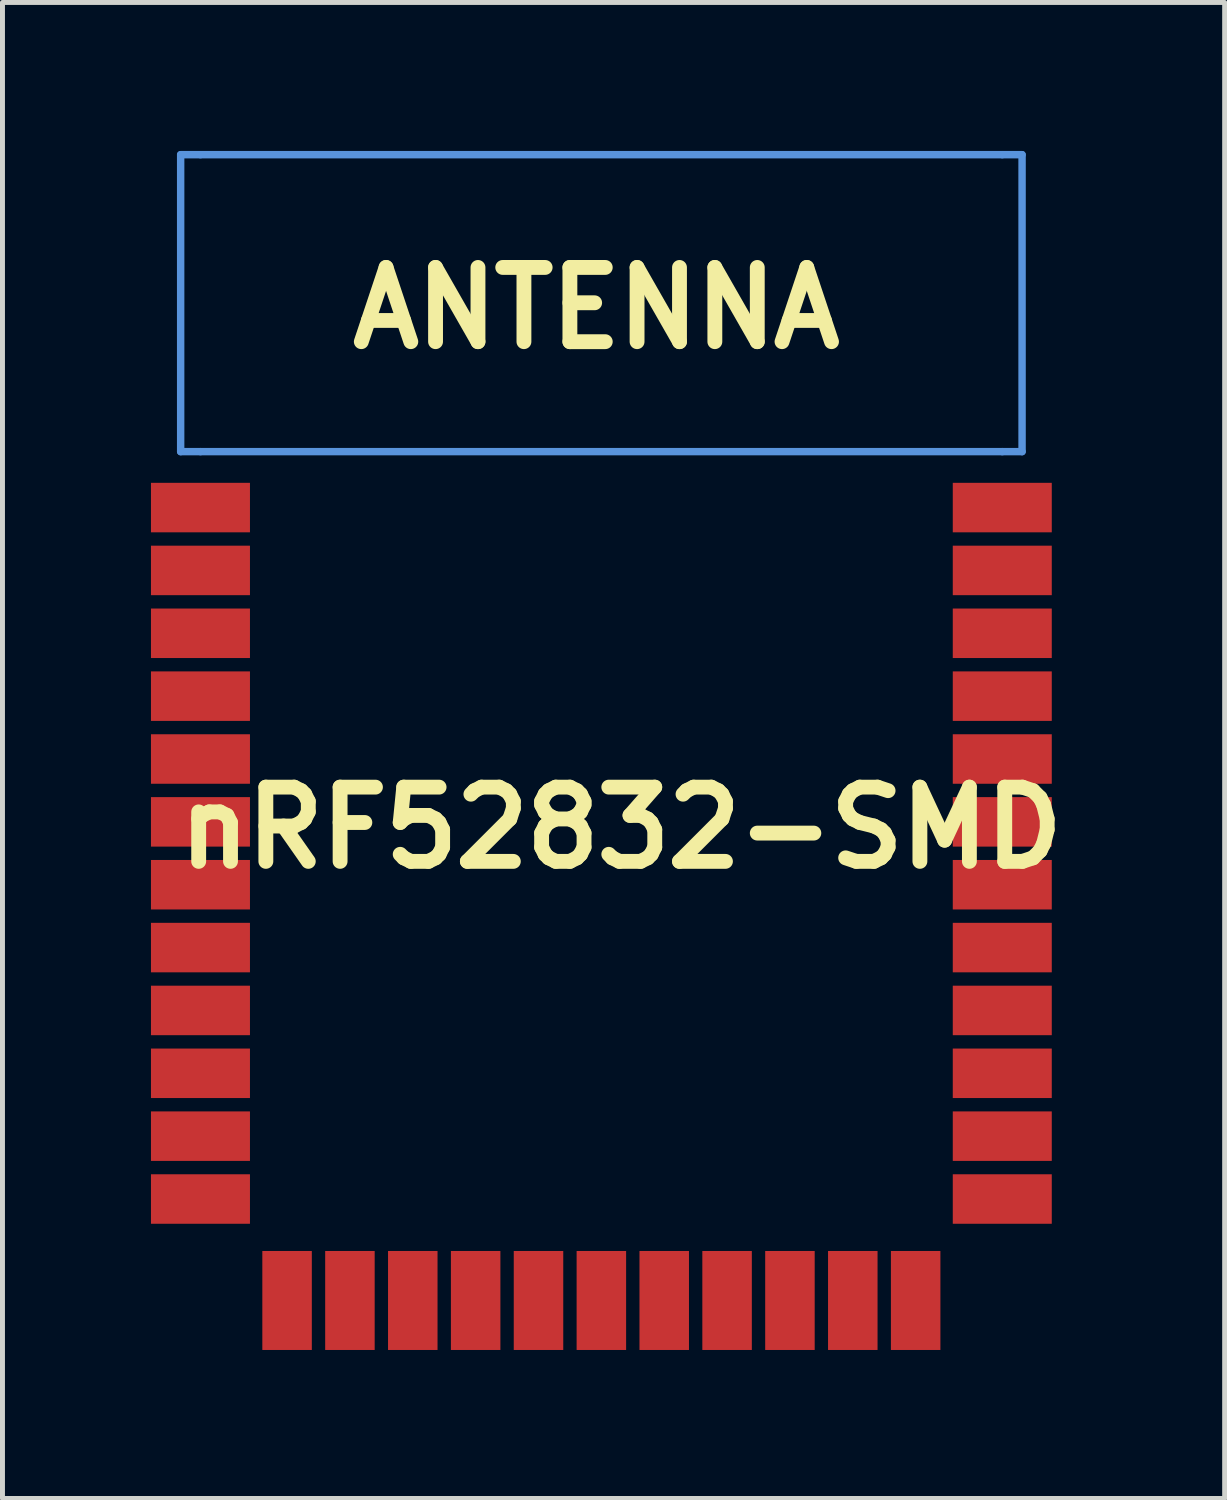
<source format=kicad_pcb>
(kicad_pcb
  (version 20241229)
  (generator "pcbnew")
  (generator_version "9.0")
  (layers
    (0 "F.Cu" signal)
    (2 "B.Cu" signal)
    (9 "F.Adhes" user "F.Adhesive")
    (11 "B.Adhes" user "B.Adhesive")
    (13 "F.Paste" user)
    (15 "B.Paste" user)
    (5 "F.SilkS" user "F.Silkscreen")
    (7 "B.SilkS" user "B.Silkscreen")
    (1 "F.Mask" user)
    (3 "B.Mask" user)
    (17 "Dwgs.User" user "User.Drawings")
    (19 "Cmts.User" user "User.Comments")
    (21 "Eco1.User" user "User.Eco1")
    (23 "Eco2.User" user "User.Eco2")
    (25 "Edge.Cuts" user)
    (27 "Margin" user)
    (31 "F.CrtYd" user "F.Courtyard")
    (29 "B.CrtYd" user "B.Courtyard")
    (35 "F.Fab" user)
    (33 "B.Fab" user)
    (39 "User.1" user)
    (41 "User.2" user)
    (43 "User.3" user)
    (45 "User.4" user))
  (footprint "nRF52832-SMD"
    (layer "F.Cu")
    (at 1 21.175)
    (property "Reference" "nRF52832-SMD" (at 8.5 -7.5 0) (layer "F.SilkS") (effects (font (size 1.5 1.5) (thickness 0.3))))
    (attr through_hole)
    (fp_line (start -0.4 -21.1) (end -0.4 -15.1) (stroke (width 0.15) (type solid)) (layer "Cmts.User"))
    (fp_line (start -0.4 -15.1) (end 0 -15.1) (stroke (width 0.15) (type solid)) (layer "Cmts.User"))
    (fp_line (start 0 -21.1) (end -0.4 -21.1) (stroke (width 0.15) (type solid)) (layer "Cmts.User"))
    (fp_line (start 0 -15.1) (end 16.2 -15.1) (stroke (width 0.15) (type solid)) (layer "Cmts.User"))
    (fp_line (start 16.2 -21.1) (end 0 -21.1) (stroke (width 0.15) (type solid)) (layer "Cmts.User"))
    (fp_line (start 16.2 -21.1) (end 16.6 -21.1) (stroke (width 0.15) (type solid)) (layer "Cmts.User"))
    (fp_line (start 16.6 -21.1) (end 16.6 -15.1) (stroke (width 0.15) (type solid)) (layer "Cmts.User"))
    (fp_line (start 16.6 -15.1) (end 16.2 -15.1) (stroke (width 0.15) (type solid)) (layer "Cmts.User"))
    (fp_text user "ANTENNA" (at 8 -18 0) (layer "F.SilkS") (effects (font (size 1.5 1.5) (thickness 0.3))))
    (pad "1" smd rect (at 0 -13.97) (size 2 1) (layers "F.Cu" "F.Mask" "F.Paste"))
    (pad "2" smd rect (at 0 -12.7) (size 2 1) (layers "F.Cu" "F.Mask" "F.Paste"))
    (pad "3" smd rect (at 0 -11.43) (size 2 1) (layers "F.Cu" "F.Mask" "F.Paste"))
    (pad "4" smd rect (at 0 -10.16) (size 2 1) (layers "F.Cu" "F.Mask" "F.Paste"))
    (pad "5" smd rect (at 0 -8.89) (size 2 1) (layers "F.Cu" "F.Mask" "F.Paste"))
    (pad "6" smd rect (at 0 -7.62) (size 2 1) (layers "F.Cu" "F.Mask" "F.Paste"))
    (pad "7" smd rect (at 0 -6.35) (size 2 1) (layers "F.Cu" "F.Mask" "F.Paste"))
    (pad "8" smd rect (at 0 -5.08) (size 2 1) (layers "F.Cu" "F.Mask" "F.Paste"))
    (pad "9" smd rect (at 0 -3.81) (size 2 1) (layers "F.Cu" "F.Mask" "F.Paste"))
    (pad "10" smd rect (at 0 -2.54) (size 2 1) (layers "F.Cu" "F.Mask" "F.Paste"))
    (pad "11" smd rect (at 0 -1.27) (size 2 1) (layers "F.Cu" "F.Mask" "F.Paste"))
    (pad "12" smd rect (at 0 0) (size 2 1) (layers "F.Cu" "F.Mask" "F.Paste"))
    (pad "13" smd rect (at 1.75 2.05) (size 1 2) (layers "F.Cu" "F.Mask" "F.Paste"))
    (pad "14" smd rect (at 3.02 2.05) (size 1 2) (layers "F.Cu" "F.Mask" "F.Paste"))
    (pad "15" smd rect (at 4.29 2.05) (size 1 2) (layers "F.Cu" "F.Mask" "F.Paste"))
    (pad "16" smd rect (at 5.56 2.05) (size 1 2) (layers "F.Cu" "F.Mask" "F.Paste"))
    (pad "17" smd rect (at 6.83 2.05) (size 1 2) (layers "F.Cu" "F.Mask" "F.Paste"))
    (pad "18" smd rect (at 8.1 2.05) (size 1 2) (layers "F.Cu" "F.Mask" "F.Paste"))
    (pad "19" smd rect (at 9.37 2.05) (size 1 2) (layers "F.Cu" "F.Mask" "F.Paste"))
    (pad "20" smd rect (at 10.64 2.05) (size 1 2) (layers "F.Cu" "F.Mask" "F.Paste"))
    (pad "21" smd rect (at 11.91 2.05) (size 1 2) (layers "F.Cu" "F.Mask" "F.Paste"))
    (pad "22" smd rect (at 13.18 2.05) (size 1 2) (layers "F.Cu" "F.Mask" "F.Paste"))
    (pad "23" smd rect (at 14.45 2.05) (size 1 2) (layers "F.Cu" "F.Mask" "F.Paste"))
    (pad "24" smd rect (at 16.2 0) (size 2 1) (layers "F.Cu" "F.Mask" "F.Paste"))
    (pad "25" smd rect (at 16.2 -1.27) (size 2 1) (layers "F.Cu" "F.Mask" "F.Paste"))
    (pad "26" smd rect (at 16.2 -2.54) (size 2 1) (layers "F.Cu" "F.Mask" "F.Paste"))
    (pad "27" smd rect (at 16.2 -3.81) (size 2 1) (layers "F.Cu" "F.Mask" "F.Paste"))
    (pad "28" smd rect (at 16.2 -5.08) (size 2 1) (layers "F.Cu" "F.Mask" "F.Paste"))
    (pad "29" smd rect (at 16.2 -6.35) (size 2 1) (layers "F.Cu" "F.Mask" "F.Paste"))
    (pad "30" smd rect (at 16.2 -7.62) (size 2 1) (layers "F.Cu" "F.Mask" "F.Paste"))
    (pad "31" smd rect (at 16.2 -8.89) (size 2 1) (layers "F.Cu" "F.Mask" "F.Paste"))
    (pad "32" smd rect (at 16.2 -10.16) (size 2 1) (layers "F.Cu" "F.Mask" "F.Paste"))
    (pad "33" smd rect (at 16.2 -11.43) (size 2 1) (layers "F.Cu" "F.Mask" "F.Paste"))
    (pad "34" smd rect (at 16.2 -12.7) (size 2 1) (layers "F.Cu" "F.Mask" "F.Paste"))
    (pad "35" smd rect (at 16.2 -13.97) (size 2 1) (layers "F.Cu" "F.Mask" "F.Paste")))
  (gr_rect
    (start -3 -3)
    (end 21.693 27.225)
    (stroke (width 0.1) (type default))
    (fill no)
    (layer "Edge.Cuts")))
</source>
